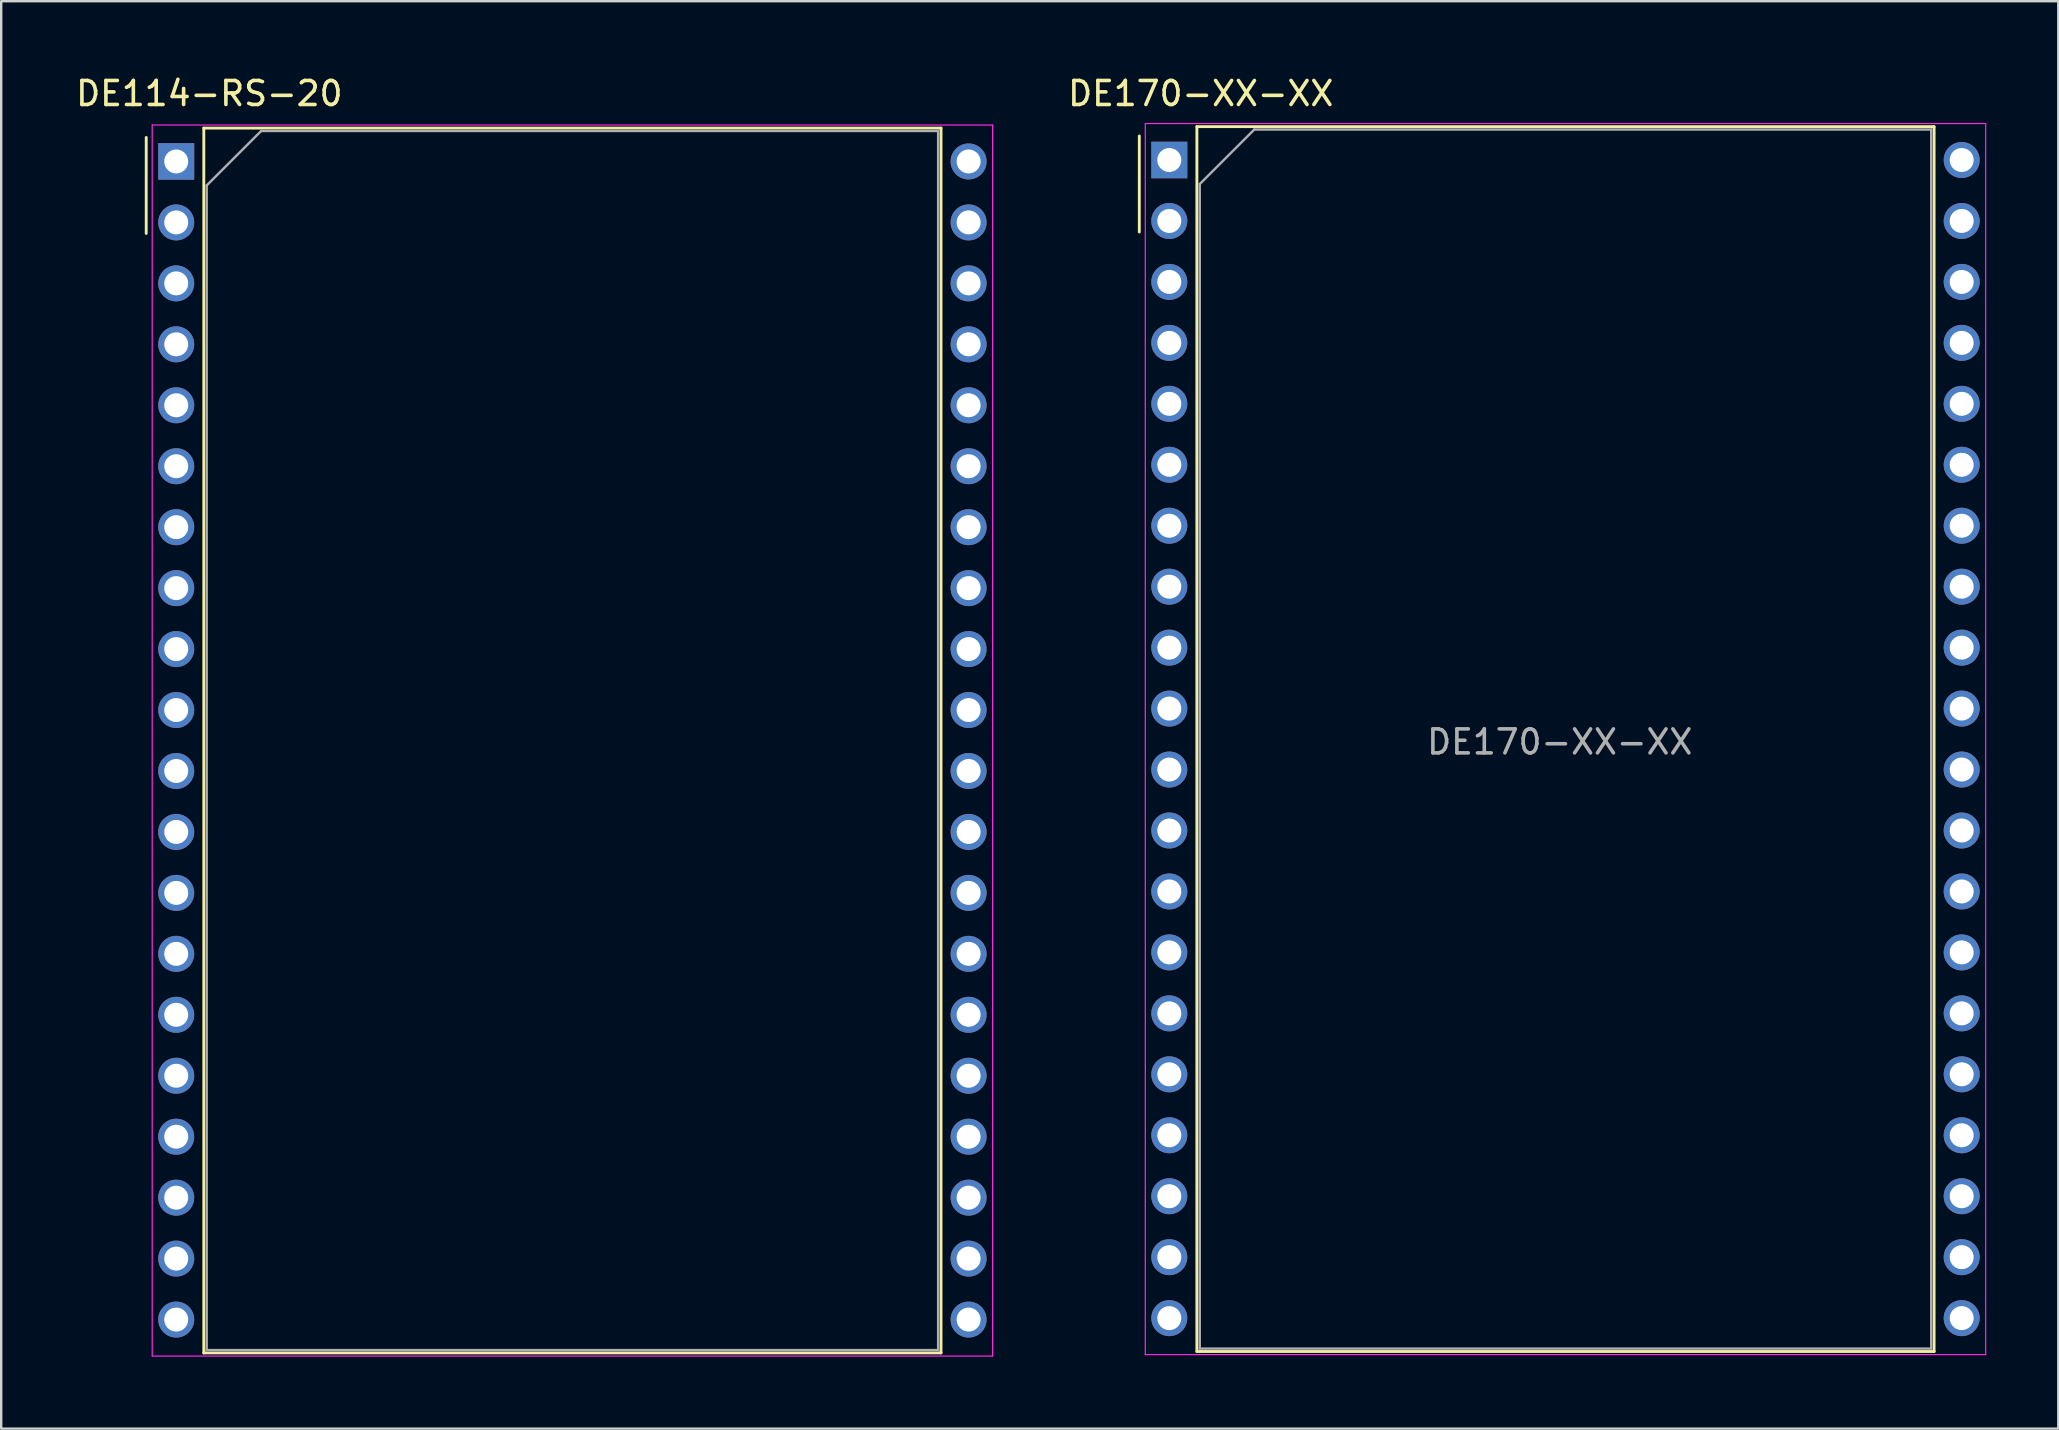
<source format=kicad_pcb>
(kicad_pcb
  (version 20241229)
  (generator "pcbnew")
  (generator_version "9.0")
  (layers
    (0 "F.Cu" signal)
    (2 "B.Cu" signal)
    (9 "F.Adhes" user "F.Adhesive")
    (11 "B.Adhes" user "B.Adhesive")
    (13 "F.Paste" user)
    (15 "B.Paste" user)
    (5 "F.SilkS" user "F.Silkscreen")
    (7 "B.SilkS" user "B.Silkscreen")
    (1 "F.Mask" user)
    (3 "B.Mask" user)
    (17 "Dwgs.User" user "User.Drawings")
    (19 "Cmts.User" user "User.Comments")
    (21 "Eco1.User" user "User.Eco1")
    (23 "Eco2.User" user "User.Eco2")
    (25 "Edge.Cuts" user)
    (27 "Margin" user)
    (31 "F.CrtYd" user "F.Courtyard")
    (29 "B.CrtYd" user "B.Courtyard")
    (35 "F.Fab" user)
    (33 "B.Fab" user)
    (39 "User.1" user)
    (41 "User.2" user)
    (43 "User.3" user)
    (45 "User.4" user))
  (footprint "DE114-RS-20"
    (layer "F.Cu")
    (at 4.293 3.678)
    (property "Reference" "DE114-RS-20" (at 1.38 -2.83 0) (layer "F.SilkS") (effects (font (size 1 1) (thickness 0.15))))
    (attr through_hole)
    (fp_line (start -1.25 -1) (end -1.25 3) (stroke (width 0.12) (type solid)) (layer "F.SilkS"))
    (fp_line (start 1.15 -1.39) (end 31.87 -1.39) (stroke (width 0.12) (type solid)) (layer "F.SilkS"))
    (fp_line (start 1.15 49.65) (end 1.15 -1.39) (stroke (width 0.12) (type solid)) (layer "F.SilkS"))
    (fp_line (start 31.87 -1.39) (end 31.87 49.65) (stroke (width 0.12) (type solid)) (layer "F.SilkS"))
    (fp_line (start 31.87 49.65) (end 1.15 49.65) (stroke (width 0.12) (type solid)) (layer "F.SilkS"))
    (fp_line (start -1 -1.52) (end 34.02 -1.52) (stroke (width 0.05) (type solid)) (layer "F.CrtYd"))
    (fp_line (start -1 49.78) (end -1 -1.52) (stroke (width 0.05) (type solid)) (layer "F.CrtYd"))
    (fp_line (start 34.02 -1.52) (end 34.02 49.78) (stroke (width 0.05) (type solid)) (layer "F.CrtYd"))
    (fp_line (start 34.02 49.78) (end -1 49.78) (stroke (width 0.05) (type solid)) (layer "F.CrtYd"))
    (fp_line (start 1.27 1) (end 3.54 -1.27) (stroke (width 0.1) (type solid)) (layer "F.Fab"))
    (fp_line (start 1.27 49.53) (end 1.27 1) (stroke (width 0.1) (type solid)) (layer "F.Fab"))
    (fp_line (start 3.54 -1.27) (end 31.75 -1.27) (stroke (width 0.1) (type solid)) (layer "F.Fab"))
    (fp_line (start 31.75 -1.27) (end 31.75 49.53) (stroke (width 0.1) (type solid)) (layer "F.Fab"))
    (fp_line (start 31.75 49.53) (end 1.27 49.53) (stroke (width 0.1) (type solid)) (layer "F.Fab"))
    (pad "1" thru_hole rect (at 0 0) (size 1.5 1.524) (drill 1) (layers "*.Cu" "*.Mask"))
    (pad "2" thru_hole circle (at 0 2.54) (size 1.5 1.5) (drill 1) (layers "*.Cu" "*.Mask"))
    (pad "3" thru_hole circle (at 0 5.08) (size 1.5 1.5) (drill 1) (layers "*.Cu" "*.Mask"))
    (pad "4" thru_hole circle (at 0 7.62) (size 1.5 1.5) (drill 1) (layers "*.Cu" "*.Mask"))
    (pad "5" thru_hole circle (at 0 10.16) (size 1.5 1.5) (drill 1) (layers "*.Cu" "*.Mask"))
    (pad "6" thru_hole circle (at 0 12.7) (size 1.5 1.5) (drill 1) (layers "*.Cu" "*.Mask"))
    (pad "7" thru_hole circle (at 0 15.24) (size 1.5 1.5) (drill 1) (layers "*.Cu" "*.Mask"))
    (pad "8" thru_hole circle (at 0 17.78) (size 1.5 1.5) (drill 1) (layers "*.Cu" "*.Mask"))
    (pad "9" thru_hole circle (at 0 20.32) (size 1.5 1.5) (drill 1) (layers "*.Cu" "*.Mask"))
    (pad "10" thru_hole circle (at 0 22.86) (size 1.5 1.5) (drill 1) (layers "*.Cu" "*.Mask"))
    (pad "11" thru_hole circle (at 0 25.4) (size 1.5 1.5) (drill 1) (layers "*.Cu" "*.Mask"))
    (pad "12" thru_hole circle (at 0 27.94) (size 1.5 1.5) (drill 1) (layers "*.Cu" "*.Mask"))
    (pad "13" thru_hole circle (at 0 30.48) (size 1.5 1.5) (drill 1) (layers "*.Cu" "*.Mask"))
    (pad "14" thru_hole circle (at 0 33.02) (size 1.5 1.5) (drill 1) (layers "*.Cu" "*.Mask"))
    (pad "15" thru_hole circle (at 0 35.56) (size 1.5 1.5) (drill 1) (layers "*.Cu" "*.Mask"))
    (pad "16" thru_hole circle (at 0 38.1) (size 1.5 1.5) (drill 1) (layers "*.Cu" "*.Mask"))
    (pad "17" thru_hole circle (at 0 40.64) (size 1.5 1.5) (drill 1) (layers "*.Cu" "*.Mask"))
    (pad "18" thru_hole circle (at 0 43.18) (size 1.5 1.5) (drill 1) (layers "*.Cu" "*.Mask"))
    (pad "19" thru_hole circle (at 0 45.72) (size 1.5 1.5) (drill 1) (layers "*.Cu" "*.Mask"))
    (pad "20" thru_hole circle (at 0 48.26) (size 1.5 1.5) (drill 1) (layers "*.Cu" "*.Mask"))
    (pad "21" thru_hole circle (at 33.02 48.26) (size 1.5 1.5) (drill 1) (layers "*.Cu" "*.Mask"))
    (pad "22" thru_hole circle (at 33.02 45.72) (size 1.5 1.5) (drill 1) (layers "*.Cu" "*.Mask"))
    (pad "23" thru_hole circle (at 33.02 43.18) (size 1.5 1.5) (drill 1) (layers "*.Cu" "*.Mask"))
    (pad "24" thru_hole circle (at 33.02 40.64) (size 1.5 1.5) (drill 1) (layers "*.Cu" "*.Mask"))
    (pad "25" thru_hole circle (at 33.02 38.1) (size 1.5 1.5) (drill 1) (layers "*.Cu" "*.Mask"))
    (pad "26" thru_hole circle (at 33.02 35.56) (size 1.5 1.5) (drill 1) (layers "*.Cu" "*.Mask"))
    (pad "27" thru_hole circle (at 33.02 33.02) (size 1.5 1.5) (drill 1) (layers "*.Cu" "*.Mask"))
    (pad "28" thru_hole circle (at 33.02 30.48) (size 1.5 1.5) (drill 1) (layers "*.Cu" "*.Mask"))
    (pad "29" thru_hole circle (at 33.02 27.94) (size 1.5 1.5) (drill 1) (layers "*.Cu" "*.Mask"))
    (pad "30" thru_hole circle (at 33.02 25.4) (size 1.5 1.5) (drill 1) (layers "*.Cu" "*.Mask"))
    (pad "31" thru_hole circle (at 33.02 22.86) (size 1.5 1.5) (drill 1) (layers "*.Cu" "*.Mask"))
    (pad "32" thru_hole circle (at 33.02 20.32) (size 1.5 1.5) (drill 1) (layers "*.Cu" "*.Mask"))
    (pad "33" thru_hole circle (at 33.02 17.78) (size 1.5 1.5) (drill 1) (layers "*.Cu" "*.Mask"))
    (pad "34" thru_hole circle (at 33.02 15.24) (size 1.5 1.5) (drill 1) (layers "*.Cu" "*.Mask"))
    (pad "35" thru_hole circle (at 33.02 12.7) (size 1.5 1.5) (drill 1) (layers "*.Cu" "*.Mask"))
    (pad "36" thru_hole circle (at 33.02 10.16) (size 1.5 1.5) (drill 1) (layers "*.Cu" "*.Mask"))
    (pad "37" thru_hole circle (at 33.02 7.62) (size 1.5 1.5) (drill 1) (layers "*.Cu" "*.Mask"))
    (pad "38" thru_hole circle (at 33.02 5.08) (size 1.5 1.5) (drill 1) (layers "*.Cu" "*.Mask"))
    (pad "39" thru_hole circle (at 33.02 2.54) (size 1.5 1.5) (drill 1) (layers "*.Cu" "*.Mask"))
    (pad "40" thru_hole circle (at 33.02 0) (size 1.5 1.5) (drill 1) (layers "*.Cu" "*.Mask")))
  (footprint "DE170-XX-XX"
    (layer "F.Cu")
    (at 45.676 3.618)
    (property "Reference" "DE170-XX-XX" (at 1.31 -2.77 0) (layer "F.SilkS") (effects (font (size 1 1) (thickness 0.15))))
    (attr through_hole)
    (fp_line (start -1.25 -1) (end -1.25 3) (stroke (width 0.12) (type solid)) (layer "F.SilkS"))
    (fp_line (start 1.15 -1.39) (end 31.87 -1.39) (stroke (width 0.12) (type solid)) (layer "F.SilkS"))
    (fp_line (start 1.15 49.65) (end 1.15 -1.39) (stroke (width 0.12) (type solid)) (layer "F.SilkS"))
    (fp_line (start 31.87 -1.39) (end 31.87 49.65) (stroke (width 0.12) (type solid)) (layer "F.SilkS"))
    (fp_line (start 31.87 49.65) (end 1.15 49.65) (stroke (width 0.12) (type solid)) (layer "F.SilkS"))
    (fp_line (start -1 -1.52) (end 34.02 -1.52) (stroke (width 0.05) (type solid)) (layer "F.CrtYd"))
    (fp_line (start -1 49.78) (end -1 -1.52) (stroke (width 0.05) (type solid)) (layer "F.CrtYd"))
    (fp_line (start 34.02 -1.52) (end 34.02 49.78) (stroke (width 0.05) (type solid)) (layer "F.CrtYd"))
    (fp_line (start 34.02 49.78) (end -1 49.78) (stroke (width 0.05) (type solid)) (layer "F.CrtYd"))
    (fp_line (start 1.27 1) (end 3.54 -1.27) (stroke (width 0.1) (type solid)) (layer "F.Fab"))
    (fp_line (start 1.27 49.53) (end 1.27 1) (stroke (width 0.1) (type solid)) (layer "F.Fab"))
    (fp_line (start 3.54 -1.27) (end 31.75 -1.27) (stroke (width 0.1) (type solid)) (layer "F.Fab"))
    (fp_line (start 31.75 -1.27) (end 31.75 49.53) (stroke (width 0.1) (type solid)) (layer "F.Fab"))
    (fp_line (start 31.75 49.53) (end 1.27 49.53) (stroke (width 0.1) (type solid)) (layer "F.Fab"))
    (fp_text user "${REFERENCE}" (at 16.27 24.25 0) (layer "F.Fab") (effects (font (size 1 1) (thickness 0.15))))
    (pad "1" thru_hole rect (at 0 0) (size 1.5 1.524) (drill 1) (layers "*.Cu" "*.Mask"))
    (pad "2" thru_hole circle (at 0 2.54) (size 1.5 1.5) (drill 1) (layers "*.Cu" "*.Mask"))
    (pad "3" thru_hole circle (at 0 5.08) (size 1.5 1.5) (drill 1) (layers "*.Cu" "*.Mask"))
    (pad "4" thru_hole circle (at 0 7.62) (size 1.5 1.5) (drill 1) (layers "*.Cu" "*.Mask"))
    (pad "5" thru_hole circle (at 0 10.16) (size 1.5 1.5) (drill 1) (layers "*.Cu" "*.Mask"))
    (pad "6" thru_hole circle (at 0 12.7) (size 1.5 1.5) (drill 1) (layers "*.Cu" "*.Mask"))
    (pad "7" thru_hole circle (at 0 15.24) (size 1.5 1.5) (drill 1) (layers "*.Cu" "*.Mask"))
    (pad "8" thru_hole circle (at 0 17.78) (size 1.5 1.5) (drill 1) (layers "*.Cu" "*.Mask"))
    (pad "9" thru_hole circle (at 0 20.32) (size 1.5 1.5) (drill 1) (layers "*.Cu" "*.Mask"))
    (pad "10" thru_hole circle (at 0 22.86) (size 1.5 1.5) (drill 1) (layers "*.Cu" "*.Mask"))
    (pad "11" thru_hole circle (at 0 25.4) (size 1.5 1.5) (drill 1) (layers "*.Cu" "*.Mask"))
    (pad "12" thru_hole circle (at 0 27.94) (size 1.5 1.5) (drill 1) (layers "*.Cu" "*.Mask"))
    (pad "13" thru_hole circle (at 0 30.48) (size 1.5 1.5) (drill 1) (layers "*.Cu" "*.Mask"))
    (pad "14" thru_hole circle (at 0 33.02) (size 1.5 1.5) (drill 1) (layers "*.Cu" "*.Mask"))
    (pad "15" thru_hole circle (at 0 35.56) (size 1.5 1.5) (drill 1) (layers "*.Cu" "*.Mask"))
    (pad "16" thru_hole circle (at 0 38.1) (size 1.5 1.5) (drill 1) (layers "*.Cu" "*.Mask"))
    (pad "17" thru_hole circle (at 0 40.64) (size 1.5 1.5) (drill 1) (layers "*.Cu" "*.Mask"))
    (pad "18" thru_hole circle (at 0 43.18) (size 1.5 1.5) (drill 1) (layers "*.Cu" "*.Mask"))
    (pad "19" thru_hole circle (at 0 45.72) (size 1.5 1.5) (drill 1) (layers "*.Cu" "*.Mask"))
    (pad "20" thru_hole circle (at 0 48.26) (size 1.5 1.5) (drill 1) (layers "*.Cu" "*.Mask"))
    (pad "21" thru_hole circle (at 33.02 48.26) (size 1.5 1.5) (drill 1) (layers "*.Cu" "*.Mask"))
    (pad "22" thru_hole circle (at 33.02 45.72) (size 1.5 1.5) (drill 1) (layers "*.Cu" "*.Mask"))
    (pad "23" thru_hole circle (at 33.02 43.18) (size 1.5 1.5) (drill 1) (layers "*.Cu" "*.Mask"))
    (pad "24" thru_hole circle (at 33.02 40.64) (size 1.5 1.5) (drill 1) (layers "*.Cu" "*.Mask"))
    (pad "25" thru_hole circle (at 33.02 38.1) (size 1.5 1.5) (drill 1) (layers "*.Cu" "*.Mask"))
    (pad "26" thru_hole circle (at 33.02 35.56) (size 1.5 1.5) (drill 1) (layers "*.Cu" "*.Mask"))
    (pad "27" thru_hole circle (at 33.02 33.02) (size 1.5 1.5) (drill 1) (layers "*.Cu" "*.Mask"))
    (pad "28" thru_hole circle (at 33.02 30.48) (size 1.5 1.5) (drill 1) (layers "*.Cu" "*.Mask"))
    (pad "29" thru_hole circle (at 33.02 27.94) (size 1.5 1.5) (drill 1) (layers "*.Cu" "*.Mask"))
    (pad "30" thru_hole circle (at 33.02 25.4) (size 1.5 1.5) (drill 1) (layers "*.Cu" "*.Mask"))
    (pad "31" thru_hole circle (at 33.02 22.86) (size 1.5 1.5) (drill 1) (layers "*.Cu" "*.Mask"))
    (pad "32" thru_hole circle (at 33.02 20.32) (size 1.5 1.5) (drill 1) (layers "*.Cu" "*.Mask"))
    (pad "33" thru_hole circle (at 33.02 17.78) (size 1.5 1.5) (drill 1) (layers "*.Cu" "*.Mask"))
    (pad "34" thru_hole circle (at 33.02 15.24) (size 1.5 1.5) (drill 1) (layers "*.Cu" "*.Mask"))
    (pad "35" thru_hole circle (at 33.02 12.7) (size 1.5 1.5) (drill 1) (layers "*.Cu" "*.Mask"))
    (pad "36" thru_hole circle (at 33.02 10.16) (size 1.5 1.5) (drill 1) (layers "*.Cu" "*.Mask"))
    (pad "37" thru_hole circle (at 33.02 7.62) (size 1.5 1.5) (drill 1) (layers "*.Cu" "*.Mask"))
    (pad "38" thru_hole circle (at 33.02 5.08) (size 1.5 1.5) (drill 1) (layers "*.Cu" "*.Mask"))
    (pad "39" thru_hole circle (at 33.02 2.54) (size 1.5 1.5) (drill 1) (layers "*.Cu" "*.Mask"))
    (pad "40" thru_hole circle (at 33.02 0) (size 1.5 1.5) (drill 1) (layers "*.Cu" "*.Mask")))
  (gr_rect
    (start -3 -3)
    (end 82.721 56.483)
    (stroke (width 0.1) (type default))
    (fill no)
    (layer "Edge.Cuts")))
</source>
